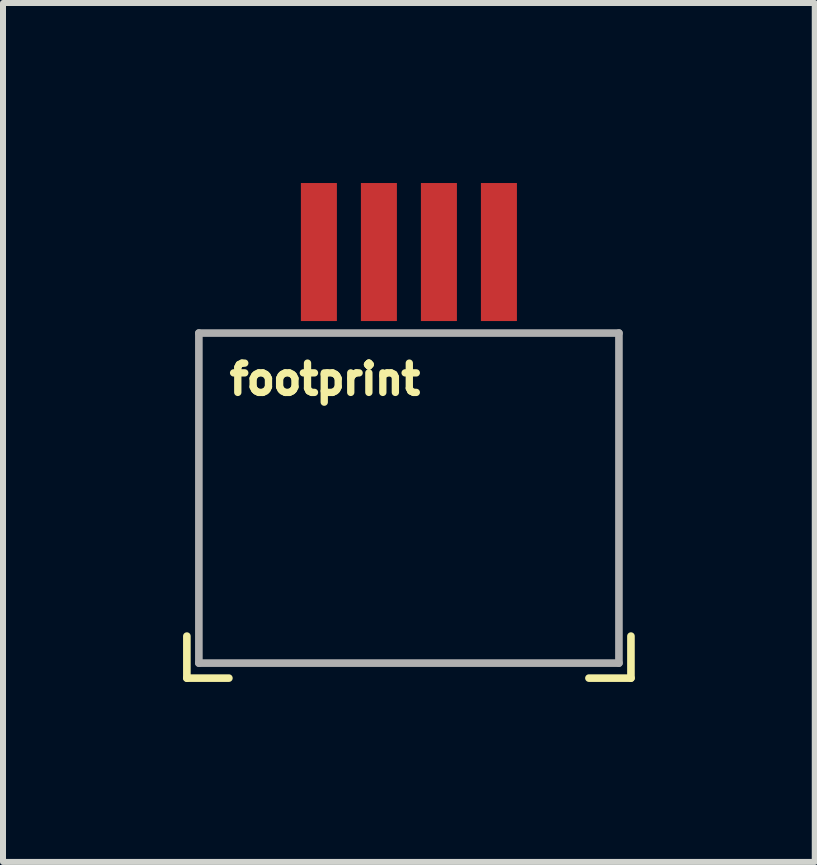
<source format=kicad_pcb>
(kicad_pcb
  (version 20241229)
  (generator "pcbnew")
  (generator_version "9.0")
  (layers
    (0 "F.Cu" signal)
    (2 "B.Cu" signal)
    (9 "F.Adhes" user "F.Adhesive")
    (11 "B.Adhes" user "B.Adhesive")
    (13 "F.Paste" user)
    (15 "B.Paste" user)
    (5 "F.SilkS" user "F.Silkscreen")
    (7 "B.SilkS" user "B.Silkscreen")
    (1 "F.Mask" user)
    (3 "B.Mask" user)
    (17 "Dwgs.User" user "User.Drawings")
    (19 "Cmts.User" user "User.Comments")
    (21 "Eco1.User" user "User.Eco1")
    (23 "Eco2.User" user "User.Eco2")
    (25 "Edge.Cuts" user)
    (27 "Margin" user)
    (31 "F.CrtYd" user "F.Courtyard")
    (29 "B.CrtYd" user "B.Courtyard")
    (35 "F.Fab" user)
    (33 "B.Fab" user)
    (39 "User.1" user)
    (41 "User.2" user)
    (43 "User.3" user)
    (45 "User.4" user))
  (footprint "footprint"
    (layer "F.Cu")
    (at 3.764 4)
    (property "Reference" "footprint" (at -3.048 -1.016 0) (layer "F.SilkS") (effects (font (size 0.488 0.488) (thickness 0.122)) (justify left top)))
    (fp_line (start -3.7 3.55) (end -3.7 4.25) (stroke (width 0.127) (type solid)) (layer "F.SilkS"))
    (fp_line (start -3 4.25) (end -3.7 4.25) (stroke (width 0.127) (type solid)) (layer "F.SilkS"))
    (fp_line (start 3 4.25) (end 3.7 4.25) (stroke (width 0.127) (type solid)) (layer "F.SilkS"))
    (fp_line (start 3.7 3.55) (end 3.7 4.25) (stroke (width 0.127) (type solid)) (layer "F.SilkS"))
    (fp_line (start -3.5 -1.5) (end 3.5 -1.5) (stroke (width 0.127) (type solid)) (layer "F.Fab"))
    (fp_line (start -3.5 4) (end -3.5 -1.5) (stroke (width 0.127) (type solid)) (layer "F.Fab"))
    (fp_line (start -3.5 4) (end 3.5 4) (stroke (width 0.127) (type solid)) (layer "F.Fab"))
    (fp_line (start 3.5 4) (end 3.5 -1.5) (stroke (width 0.127) (type solid)) (layer "F.Fab"))
    (pad "X1" smd rect (at 1.5 -2.85 90) (size 2.3 0.6) (layers "F.Cu" "F.Mask" "F.Paste"))
    (pad "X2" smd rect (at -0.5 -2.85 90) (size 2.3 0.6) (layers "F.Cu" "F.Mask" "F.Paste"))
    (pad "Y1" smd rect (at -1.5 -2.85 90) (size 2.3 0.6) (layers "F.Cu" "F.Mask" "F.Paste"))
    (pad "Y2" smd rect (at 0.5 -2.85 90) (size 2.3 0.6) (layers "F.Cu" "F.Mask" "F.Paste")))
  (gr_rect
    (start -3 -3)
    (end 10.527 11.313)
    (stroke (width 0.1) (type default))
    (fill no)
    (layer "Edge.Cuts")))
</source>
